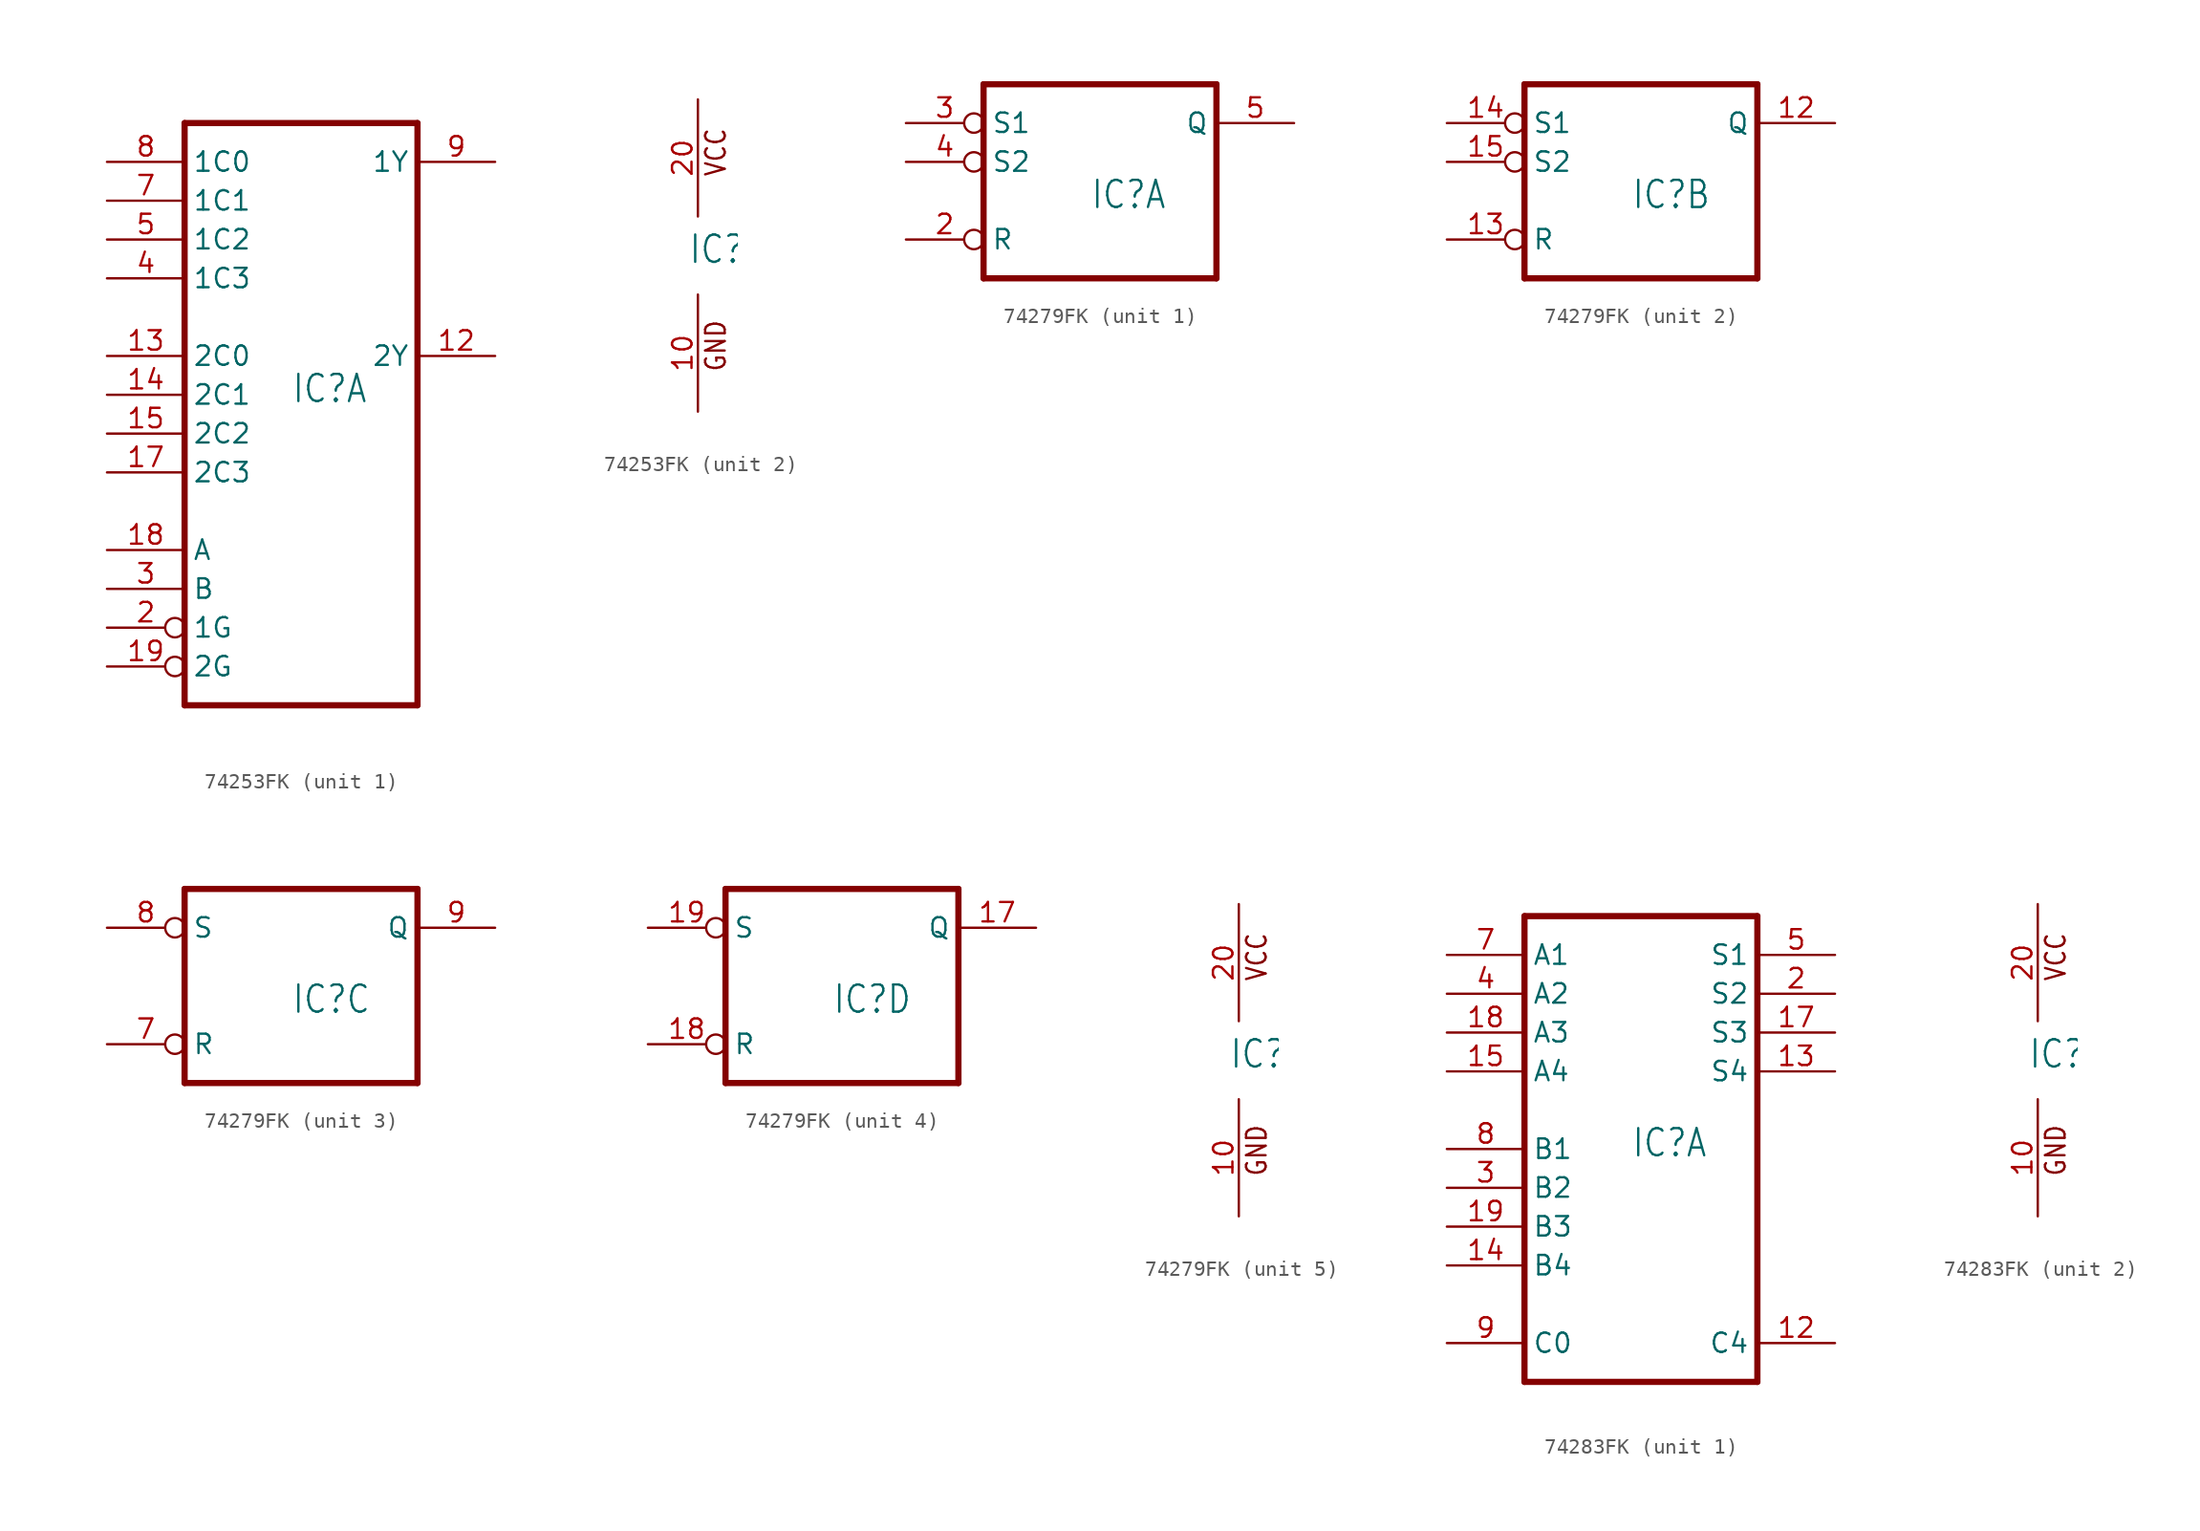
<source format=kicad_sym>
(kicad_symbol_lib
  (version 20211014)
  (generator kicad_symbol_editor)
  (symbol "74253FK"
    (property "Reference" "IC"
      (at -0.635 -0.635 0)
      (effects (font (size 1.778 1.511)) (justify left bottom)))
    (property "ki_locked" ""
      (at 0 0 0)
      (effects (font (size 1.27 1.27))))
    (symbol "74253FK_1_0"
      (polyline (pts (xy -7.62 -20.32) (xy 7.62 -20.32)) (stroke (width 0.406) (type default) (color 0 0 0 0)) (fill (type none)))
      (polyline (pts (xy -7.62 17.78) (xy -7.62 -20.32)) (stroke (width 0.406) (type default) (color 0 0 0 0)) (fill (type none)))
      (polyline (pts (xy 7.62 -20.32) (xy 7.62 17.78)) (stroke (width 0.406) (type default) (color 0 0 0 0)) (fill (type none)))
      (polyline (pts (xy 7.62 17.78) (xy -7.62 17.78)) (stroke (width 0.406) (type default) (color 0 0 0 0)) (fill (type none)))
      (pin tri_state line (at 12.7 2.54 180) (length 5.08) (name "2Y" (effects (font (size 1.27 1.27)))) (number "12" (effects (font (size 1.27 1.27)))))
      (pin input line (at -12.7 2.54 0) (length 5.08) (name "2C0" (effects (font (size 1.27 1.27)))) (number "13" (effects (font (size 1.27 1.27)))))
      (pin input line (at -12.7 0 0) (length 5.08) (name "2C1" (effects (font (size 1.27 1.27)))) (number "14" (effects (font (size 1.27 1.27)))))
      (pin input line (at -12.7 -2.54 0) (length 5.08) (name "2C2" (effects (font (size 1.27 1.27)))) (number "15" (effects (font (size 1.27 1.27)))))
      (pin input line (at -12.7 -5.08 0) (length 5.08) (name "2C3" (effects (font (size 1.27 1.27)))) (number "17" (effects (font (size 1.27 1.27)))))
      (pin input line (at -12.7 -10.16 0) (length 5.08) (name "A" (effects (font (size 1.27 1.27)))) (number "18" (effects (font (size 1.27 1.27)))))
      (pin input inverted (at -12.7 -17.78 0) (length 5.08) (name "2G" (effects (font (size 1.27 1.27)))) (number "19" (effects (font (size 1.27 1.27)))))
      (pin input inverted (at -12.7 -15.24 0) (length 5.08) (name "1G" (effects (font (size 1.27 1.27)))) (number "2" (effects (font (size 1.27 1.27)))))
      (pin input line (at -12.7 -12.7 0) (length 5.08) (name "B" (effects (font (size 1.27 1.27)))) (number "3" (effects (font (size 1.27 1.27)))))
      (pin input line (at -12.7 7.62 0) (length 5.08) (name "1C3" (effects (font (size 1.27 1.27)))) (number "4" (effects (font (size 1.27 1.27)))))
      (pin input line (at -12.7 10.16 0) (length 5.08) (name "1C2" (effects (font (size 1.27 1.27)))) (number "5" (effects (font (size 1.27 1.27)))))
      (pin input line (at -12.7 12.7 0) (length 5.08) (name "1C1" (effects (font (size 1.27 1.27)))) (number "7" (effects (font (size 1.27 1.27)))))
      (pin input line (at -12.7 15.24 0) (length 5.08) (name "1C0" (effects (font (size 1.27 1.27)))) (number "8" (effects (font (size 1.27 1.27)))))
      (pin tri_state line (at 12.7 15.24 180) (length 5.08) (name "1Y" (effects (font (size 1.27 1.27)))) (number "9" (effects (font (size 1.27 1.27))))))
    (symbol "74253FK_2_0"
      (text "GND" (at 1.905 -7.62 900) (effects (font (size 1.27 1.079)) (justify left bottom)))
      (text "VCC" (at 1.905 5.08 900) (effects (font (size 1.27 1.079)) (justify left bottom)))
      (pin power_in line (at 0 -10.16 90) (length 7.62) (name "GND" (effects (font (size 0 0)))) (number "10" (effects (font (size 1.27 1.27)))))
      (pin power_in line (at 0 10.16 270) (length 7.62) (name "VCC" (effects (font (size 0 0)))) (number "20" (effects (font (size 1.27 1.27)))))))
  (symbol "74279FK"
    (property "Reference" "IC"
      (at -0.635 -0.635 0)
      (effects (font (size 1.778 1.511)) (justify left bottom)))
    (property "ki_locked" ""
      (at 0 0 0)
      (effects (font (size 1.27 1.27))))
    (symbol "74279FK_1_0"
      (polyline (pts (xy -7.62 -5.08) (xy 7.62 -5.08)) (stroke (width 0.406) (type default) (color 0 0 0 0)) (fill (type none)))
      (polyline (pts (xy -7.62 7.62) (xy -7.62 -5.08)) (stroke (width 0.406) (type default) (color 0 0 0 0)) (fill (type none)))
      (polyline (pts (xy 7.62 -5.08) (xy 7.62 7.62)) (stroke (width 0.406) (type default) (color 0 0 0 0)) (fill (type none)))
      (polyline (pts (xy 7.62 7.62) (xy -7.62 7.62)) (stroke (width 0.406) (type default) (color 0 0 0 0)) (fill (type none)))
      (pin input inverted (at -12.7 -2.54 0) (length 5.08) (name "R" (effects (font (size 1.27 1.27)))) (number "2" (effects (font (size 1.27 1.27)))))
      (pin input inverted (at -12.7 5.08 0) (length 5.08) (name "S1" (effects (font (size 1.27 1.27)))) (number "3" (effects (font (size 1.27 1.27)))))
      (pin input inverted (at -12.7 2.54 0) (length 5.08) (name "S2" (effects (font (size 1.27 1.27)))) (number "4" (effects (font (size 1.27 1.27)))))
      (pin output line (at 12.7 5.08 180) (length 5.08) (name "Q" (effects (font (size 1.27 1.27)))) (number "5" (effects (font (size 1.27 1.27))))))
    (symbol "74279FK_2_0"
      (polyline (pts (xy -7.62 -5.08) (xy 7.62 -5.08)) (stroke (width 0.406) (type default) (color 0 0 0 0)) (fill (type none)))
      (polyline (pts (xy -7.62 7.62) (xy -7.62 -5.08)) (stroke (width 0.406) (type default) (color 0 0 0 0)) (fill (type none)))
      (polyline (pts (xy 7.62 -5.08) (xy 7.62 7.62)) (stroke (width 0.406) (type default) (color 0 0 0 0)) (fill (type none)))
      (polyline (pts (xy 7.62 7.62) (xy -7.62 7.62)) (stroke (width 0.406) (type default) (color 0 0 0 0)) (fill (type none)))
      (pin output line (at 12.7 5.08 180) (length 5.08) (name "Q" (effects (font (size 1.27 1.27)))) (number "12" (effects (font (size 1.27 1.27)))))
      (pin input inverted (at -12.7 -2.54 0) (length 5.08) (name "R" (effects (font (size 1.27 1.27)))) (number "13" (effects (font (size 1.27 1.27)))))
      (pin input inverted (at -12.7 5.08 0) (length 5.08) (name "S1" (effects (font (size 1.27 1.27)))) (number "14" (effects (font (size 1.27 1.27)))))
      (pin input inverted (at -12.7 2.54 0) (length 5.08) (name "S2" (effects (font (size 1.27 1.27)))) (number "15" (effects (font (size 1.27 1.27))))))
    (symbol "74279FK_3_0"
      (polyline (pts (xy -7.62 -5.08) (xy 7.62 -5.08)) (stroke (width 0.406) (type default) (color 0 0 0 0)) (fill (type none)))
      (polyline (pts (xy -7.62 7.62) (xy -7.62 -5.08)) (stroke (width 0.406) (type default) (color 0 0 0 0)) (fill (type none)))
      (polyline (pts (xy 7.62 -5.08) (xy 7.62 7.62)) (stroke (width 0.406) (type default) (color 0 0 0 0)) (fill (type none)))
      (polyline (pts (xy 7.62 7.62) (xy -7.62 7.62)) (stroke (width 0.406) (type default) (color 0 0 0 0)) (fill (type none)))
      (pin input inverted (at -12.7 -2.54 0) (length 5.08) (name "R" (effects (font (size 1.27 1.27)))) (number "7" (effects (font (size 1.27 1.27)))))
      (pin input inverted (at -12.7 5.08 0) (length 5.08) (name "S" (effects (font (size 1.27 1.27)))) (number "8" (effects (font (size 1.27 1.27)))))
      (pin output line (at 12.7 5.08 180) (length 5.08) (name "Q" (effects (font (size 1.27 1.27)))) (number "9" (effects (font (size 1.27 1.27))))))
    (symbol "74279FK_4_0"
      (polyline (pts (xy -7.62 -5.08) (xy 7.62 -5.08)) (stroke (width 0.406) (type default) (color 0 0 0 0)) (fill (type none)))
      (polyline (pts (xy -7.62 7.62) (xy -7.62 -5.08)) (stroke (width 0.406) (type default) (color 0 0 0 0)) (fill (type none)))
      (polyline (pts (xy 7.62 -5.08) (xy 7.62 7.62)) (stroke (width 0.406) (type default) (color 0 0 0 0)) (fill (type none)))
      (polyline (pts (xy 7.62 7.62) (xy -7.62 7.62)) (stroke (width 0.406) (type default) (color 0 0 0 0)) (fill (type none)))
      (pin output line (at 12.7 5.08 180) (length 5.08) (name "Q" (effects (font (size 1.27 1.27)))) (number "17" (effects (font (size 1.27 1.27)))))
      (pin input inverted (at -12.7 -2.54 0) (length 5.08) (name "R" (effects (font (size 1.27 1.27)))) (number "18" (effects (font (size 1.27 1.27)))))
      (pin input inverted (at -12.7 5.08 0) (length 5.08) (name "S" (effects (font (size 1.27 1.27)))) (number "19" (effects (font (size 1.27 1.27))))))
    (symbol "74279FK_5_0"
      (text "GND" (at 1.905 -7.62 900) (effects (font (size 1.27 1.079)) (justify left bottom)))
      (text "VCC" (at 1.905 5.08 900) (effects (font (size 1.27 1.079)) (justify left bottom)))
      (pin power_in line (at 0 -10.16 90) (length 7.62) (name "GND" (effects (font (size 0 0)))) (number "10" (effects (font (size 1.27 1.27)))))
      (pin power_in line (at 0 10.16 270) (length 7.62) (name "VCC" (effects (font (size 0 0)))) (number "20" (effects (font (size 1.27 1.27)))))))
  (symbol "74283FK"
    (property "Reference" "IC"
      (at -0.635 -0.635 0)
      (effects (font (size 1.778 1.511)) (justify left bottom)))
    (property "ki_locked" ""
      (at 0 0 0)
      (effects (font (size 1.27 1.27))))
    (symbol "74283FK_1_0"
      (polyline (pts (xy -7.62 -15.24) (xy 7.62 -15.24)) (stroke (width 0.406) (type default) (color 0 0 0 0)) (fill (type none)))
      (polyline (pts (xy -7.62 15.24) (xy -7.62 -15.24)) (stroke (width 0.406) (type default) (color 0 0 0 0)) (fill (type none)))
      (polyline (pts (xy 7.62 -15.24) (xy 7.62 15.24)) (stroke (width 0.406) (type default) (color 0 0 0 0)) (fill (type none)))
      (polyline (pts (xy 7.62 15.24) (xy -7.62 15.24)) (stroke (width 0.406) (type default) (color 0 0 0 0)) (fill (type none)))
      (pin output line (at 12.7 -12.7 180) (length 5.08) (name "C4" (effects (font (size 1.27 1.27)))) (number "12" (effects (font (size 1.27 1.27)))))
      (pin output line (at 12.7 5.08 180) (length 5.08) (name "S4" (effects (font (size 1.27 1.27)))) (number "13" (effects (font (size 1.27 1.27)))))
      (pin input line (at -12.7 -7.62 0) (length 5.08) (name "B4" (effects (font (size 1.27 1.27)))) (number "14" (effects (font (size 1.27 1.27)))))
      (pin input line (at -12.7 5.08 0) (length 5.08) (name "A4" (effects (font (size 1.27 1.27)))) (number "15" (effects (font (size 1.27 1.27)))))
      (pin output line (at 12.7 7.62 180) (length 5.08) (name "S3" (effects (font (size 1.27 1.27)))) (number "17" (effects (font (size 1.27 1.27)))))
      (pin input line (at -12.7 7.62 0) (length 5.08) (name "A3" (effects (font (size 1.27 1.27)))) (number "18" (effects (font (size 1.27 1.27)))))
      (pin input line (at -12.7 -5.08 0) (length 5.08) (name "B3" (effects (font (size 1.27 1.27)))) (number "19" (effects (font (size 1.27 1.27)))))
      (pin output line (at 12.7 10.16 180) (length 5.08) (name "S2" (effects (font (size 1.27 1.27)))) (number "2" (effects (font (size 1.27 1.27)))))
      (pin input line (at -12.7 -2.54 0) (length 5.08) (name "B2" (effects (font (size 1.27 1.27)))) (number "3" (effects (font (size 1.27 1.27)))))
      (pin input line (at -12.7 10.16 0) (length 5.08) (name "A2" (effects (font (size 1.27 1.27)))) (number "4" (effects (font (size 1.27 1.27)))))
      (pin output line (at 12.7 12.7 180) (length 5.08) (name "S1" (effects (font (size 1.27 1.27)))) (number "5" (effects (font (size 1.27 1.27)))))
      (pin input line (at -12.7 12.7 0) (length 5.08) (name "A1" (effects (font (size 1.27 1.27)))) (number "7" (effects (font (size 1.27 1.27)))))
      (pin input line (at -12.7 0 0) (length 5.08) (name "B1" (effects (font (size 1.27 1.27)))) (number "8" (effects (font (size 1.27 1.27)))))
      (pin input line (at -12.7 -12.7 0) (length 5.08) (name "C0" (effects (font (size 1.27 1.27)))) (number "9" (effects (font (size 1.27 1.27))))))
    (symbol "74283FK_2_0"
      (text "GND" (at 1.905 -7.62 900) (effects (font (size 1.27 1.079)) (justify left bottom)))
      (text "VCC" (at 1.905 5.08 900) (effects (font (size 1.27 1.079)) (justify left bottom)))
      (pin power_in line (at 0 -10.16 90) (length 7.62) (name "GND" (effects (font (size 0 0)))) (number "10" (effects (font (size 1.27 1.27)))))
      (pin power_in line (at 0 10.16 270) (length 7.62) (name "VCC" (effects (font (size 0 0)))) (number "20" (effects (font (size 1.27 1.27))))))))
</source>
